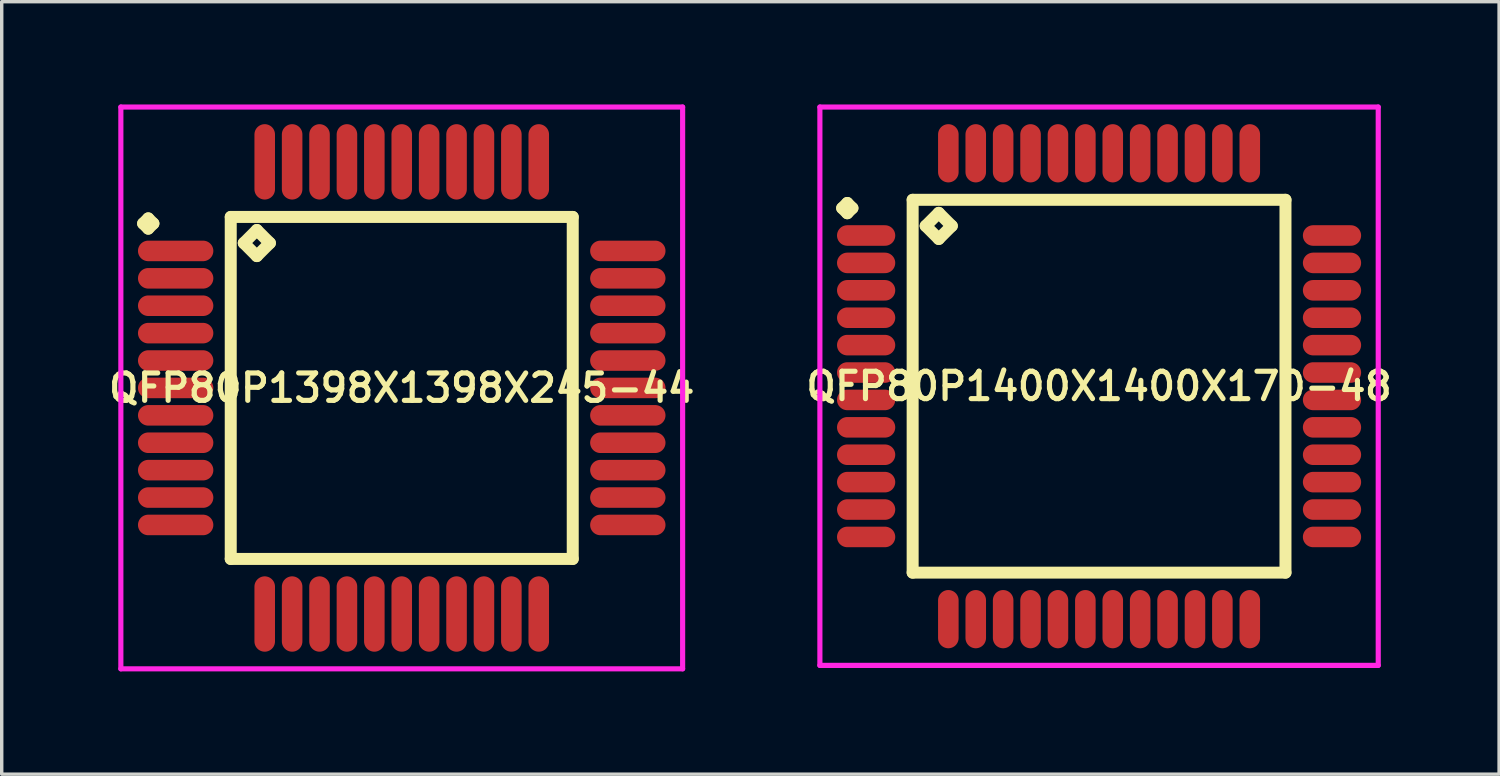
<source format=kicad_pcb>
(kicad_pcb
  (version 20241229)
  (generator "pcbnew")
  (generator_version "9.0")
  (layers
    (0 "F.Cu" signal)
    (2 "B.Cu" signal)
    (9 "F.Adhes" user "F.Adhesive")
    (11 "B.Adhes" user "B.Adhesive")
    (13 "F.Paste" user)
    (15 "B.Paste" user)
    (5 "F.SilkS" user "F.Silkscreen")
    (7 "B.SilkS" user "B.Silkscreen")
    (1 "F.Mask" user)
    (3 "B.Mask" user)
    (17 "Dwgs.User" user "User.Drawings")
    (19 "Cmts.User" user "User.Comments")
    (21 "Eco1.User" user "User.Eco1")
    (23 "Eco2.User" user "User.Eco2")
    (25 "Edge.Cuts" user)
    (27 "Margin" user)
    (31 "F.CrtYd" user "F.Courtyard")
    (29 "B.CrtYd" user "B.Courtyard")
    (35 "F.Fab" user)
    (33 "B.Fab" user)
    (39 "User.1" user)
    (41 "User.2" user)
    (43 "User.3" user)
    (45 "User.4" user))
  (footprint "QFP80P1398X1398X245-44"
    (layer "F.Cu")
    (at 8.678 8.275)
    (property "Reference" "QFP80P1398X1398X245-44" (at 0 0 0) (layer "F.SilkS") (effects (font (size 0.8 0.8) (thickness 0.15))))
    (attr smd)
    (fp_line (start -7.55 -4.8) (end -7.4 -4.95) (stroke (width 0.35) (type solid)) (layer "F.SilkS"))
    (fp_line (start -7.4 -4.95) (end -7.25 -4.8) (stroke (width 0.35) (type solid)) (layer "F.SilkS"))
    (fp_line (start -7.4 -4.65) (end -7.55 -4.8) (stroke (width 0.35) (type solid)) (layer "F.SilkS"))
    (fp_line (start -7.25 -4.8) (end -7.4 -4.65) (stroke (width 0.35) (type solid)) (layer "F.SilkS"))
    (fp_line (start -4.992 -4.992) (end -4.992 4.992) (stroke (width 0.35) (type solid)) (layer "F.SilkS"))
    (fp_line (start -4.992 4.992) (end 4.992 4.992) (stroke (width 0.35) (type solid)) (layer "F.SilkS"))
    (fp_line (start -4.611 -4.23) (end -4.23 -4.611) (stroke (width 0.35) (type solid)) (layer "F.SilkS"))
    (fp_line (start -4.23 -4.611) (end -3.849 -4.23) (stroke (width 0.35) (type solid)) (layer "F.SilkS"))
    (fp_line (start -4.23 -3.849) (end -4.611 -4.23) (stroke (width 0.35) (type solid)) (layer "F.SilkS"))
    (fp_line (start -3.849 -4.23) (end -4.23 -3.849) (stroke (width 0.35) (type solid)) (layer "F.SilkS"))
    (fp_line (start 4.992 -4.992) (end -4.992 -4.992) (stroke (width 0.35) (type solid)) (layer "F.SilkS"))
    (fp_line (start 4.992 4.992) (end 4.992 -4.992) (stroke (width 0.35) (type solid)) (layer "F.SilkS"))
    (fp_line (start -8.2 -8.2) (end 8.2 -8.2) (stroke (width 0.15) (type solid)) (layer "F.CrtYd"))
    (fp_line (start -8.2 8.2) (end -8.2 -8.2) (stroke (width 0.15) (type solid)) (layer "F.CrtYd"))
    (fp_line (start 8.2 -8.2) (end 8.2 8.2) (stroke (width 0.15) (type solid)) (layer "F.CrtYd"))
    (fp_line (start 8.2 8.2) (end -8.2 8.2) (stroke (width 0.15) (type solid)) (layer "F.CrtYd"))
    (pad "1" smd oval (at -6.6 -4) (size 2.2 0.6) (layers "F.Cu" "F.Mask" "F.Paste"))
    (pad "2" smd oval (at -6.6 -3.2) (size 2.2 0.6) (layers "F.Cu" "F.Mask" "F.Paste"))
    (pad "3" smd oval (at -6.6 -2.4) (size 2.2 0.6) (layers "F.Cu" "F.Mask" "F.Paste"))
    (pad "4" smd oval (at -6.6 -1.6) (size 2.2 0.6) (layers "F.Cu" "F.Mask" "F.Paste"))
    (pad "5" smd oval (at -6.6 -0.8) (size 2.2 0.6) (layers "F.Cu" "F.Mask" "F.Paste"))
    (pad "6" smd oval (at -6.6 0) (size 2.2 0.6) (layers "F.Cu" "F.Mask" "F.Paste"))
    (pad "7" smd oval (at -6.6 0.8) (size 2.2 0.6) (layers "F.Cu" "F.Mask" "F.Paste"))
    (pad "8" smd oval (at -6.6 1.6) (size 2.2 0.6) (layers "F.Cu" "F.Mask" "F.Paste"))
    (pad "9" smd oval (at -6.6 2.4) (size 2.2 0.6) (layers "F.Cu" "F.Mask" "F.Paste"))
    (pad "10" smd oval (at -6.6 3.2) (size 2.2 0.6) (layers "F.Cu" "F.Mask" "F.Paste"))
    (pad "11" smd oval (at -6.6 4) (size 2.2 0.6) (layers "F.Cu" "F.Mask" "F.Paste"))
    (pad "12" smd oval (at -4 6.6) (size 0.6 2.2) (layers "F.Cu" "F.Mask" "F.Paste"))
    (pad "13" smd oval (at -3.2 6.6) (size 0.6 2.2) (layers "F.Cu" "F.Mask" "F.Paste"))
    (pad "14" smd oval (at -2.4 6.6) (size 0.6 2.2) (layers "F.Cu" "F.Mask" "F.Paste"))
    (pad "15" smd oval (at -1.6 6.6) (size 0.6 2.2) (layers "F.Cu" "F.Mask" "F.Paste"))
    (pad "16" smd oval (at -0.8 6.6) (size 0.6 2.2) (layers "F.Cu" "F.Mask" "F.Paste"))
    (pad "17" smd oval (at 0 6.6) (size 0.6 2.2) (layers "F.Cu" "F.Mask" "F.Paste"))
    (pad "18" smd oval (at 0.8 6.6) (size 0.6 2.2) (layers "F.Cu" "F.Mask" "F.Paste"))
    (pad "19" smd oval (at 1.6 6.6) (size 0.6 2.2) (layers "F.Cu" "F.Mask" "F.Paste"))
    (pad "20" smd oval (at 2.4 6.6) (size 0.6 2.2) (layers "F.Cu" "F.Mask" "F.Paste"))
    (pad "21" smd oval (at 3.2 6.6) (size 0.6 2.2) (layers "F.Cu" "F.Mask" "F.Paste"))
    (pad "22" smd oval (at 4 6.6) (size 0.6 2.2) (layers "F.Cu" "F.Mask" "F.Paste"))
    (pad "23" smd oval (at 6.6 4) (size 2.2 0.6) (layers "F.Cu" "F.Mask" "F.Paste"))
    (pad "24" smd oval (at 6.6 3.2) (size 2.2 0.6) (layers "F.Cu" "F.Mask" "F.Paste"))
    (pad "25" smd oval (at 6.6 2.4) (size 2.2 0.6) (layers "F.Cu" "F.Mask" "F.Paste"))
    (pad "26" smd oval (at 6.6 1.6) (size 2.2 0.6) (layers "F.Cu" "F.Mask" "F.Paste"))
    (pad "27" smd oval (at 6.6 0.8) (size 2.2 0.6) (layers "F.Cu" "F.Mask" "F.Paste"))
    (pad "28" smd oval (at 6.6 0) (size 2.2 0.6) (layers "F.Cu" "F.Mask" "F.Paste"))
    (pad "29" smd oval (at 6.6 -0.8) (size 2.2 0.6) (layers "F.Cu" "F.Mask" "F.Paste"))
    (pad "30" smd oval (at 6.6 -1.6) (size 2.2 0.6) (layers "F.Cu" "F.Mask" "F.Paste"))
    (pad "31" smd oval (at 6.6 -2.4) (size 2.2 0.6) (layers "F.Cu" "F.Mask" "F.Paste"))
    (pad "32" smd oval (at 6.6 -3.2) (size 2.2 0.6) (layers "F.Cu" "F.Mask" "F.Paste"))
    (pad "33" smd oval (at 6.6 -4) (size 2.2 0.6) (layers "F.Cu" "F.Mask" "F.Paste"))
    (pad "34" smd oval (at 4 -6.6) (size 0.6 2.2) (layers "F.Cu" "F.Mask" "F.Paste"))
    (pad "35" smd oval (at 3.2 -6.6) (size 0.6 2.2) (layers "F.Cu" "F.Mask" "F.Paste"))
    (pad "36" smd oval (at 2.4 -6.6) (size 0.6 2.2) (layers "F.Cu" "F.Mask" "F.Paste"))
    (pad "37" smd oval (at 1.6 -6.6) (size 0.6 2.2) (layers "F.Cu" "F.Mask" "F.Paste"))
    (pad "38" smd oval (at 0.8 -6.6) (size 0.6 2.2) (layers "F.Cu" "F.Mask" "F.Paste"))
    (pad "39" smd oval (at 0 -6.6) (size 0.6 2.2) (layers "F.Cu" "F.Mask" "F.Paste"))
    (pad "40" smd oval (at -0.8 -6.6) (size 0.6 2.2) (layers "F.Cu" "F.Mask" "F.Paste"))
    (pad "41" smd oval (at -1.6 -6.6) (size 0.6 2.2) (layers "F.Cu" "F.Mask" "F.Paste"))
    (pad "42" smd oval (at -2.4 -6.6) (size 0.6 2.2) (layers "F.Cu" "F.Mask" "F.Paste"))
    (pad "43" smd oval (at -3.2 -6.6) (size 0.6 2.2) (layers "F.Cu" "F.Mask" "F.Paste"))
    (pad "44" smd oval (at -4 -6.6) (size 0.6 2.2) (layers "F.Cu" "F.Mask" "F.Paste")))
  (footprint "QFP80P1400X1400X170-48"
    (layer "F.Cu")
    (at 29.035 8.225)
    (property "Reference" "QFP80P1400X1400X170-48" (at 0 0 0) (layer "F.SilkS") (effects (font (size 0.8 0.8) (thickness 0.15))))
    (attr smd)
    (fp_line (start -7.5 -5.2) (end -7.35 -5.35) (stroke (width 0.35) (type solid)) (layer "F.SilkS"))
    (fp_line (start -7.35 -5.35) (end -7.2 -5.2) (stroke (width 0.35) (type solid)) (layer "F.SilkS"))
    (fp_line (start -7.35 -5.05) (end -7.5 -5.2) (stroke (width 0.35) (type solid)) (layer "F.SilkS"))
    (fp_line (start -7.2 -5.2) (end -7.35 -5.05) (stroke (width 0.35) (type solid)) (layer "F.SilkS"))
    (fp_line (start -5.442 -5.442) (end -5.442 5.442) (stroke (width 0.35) (type solid)) (layer "F.SilkS"))
    (fp_line (start -5.442 5.442) (end 5.442 5.442) (stroke (width 0.35) (type solid)) (layer "F.SilkS"))
    (fp_line (start -5.061 -4.68) (end -4.68 -5.061) (stroke (width 0.35) (type solid)) (layer "F.SilkS"))
    (fp_line (start -4.68 -5.061) (end -4.299 -4.68) (stroke (width 0.35) (type solid)) (layer "F.SilkS"))
    (fp_line (start -4.68 -4.299) (end -5.061 -4.68) (stroke (width 0.35) (type solid)) (layer "F.SilkS"))
    (fp_line (start -4.299 -4.68) (end -4.68 -4.299) (stroke (width 0.35) (type solid)) (layer "F.SilkS"))
    (fp_line (start 5.442 -5.442) (end -5.442 -5.442) (stroke (width 0.35) (type solid)) (layer "F.SilkS"))
    (fp_line (start 5.442 5.442) (end 5.442 -5.442) (stroke (width 0.35) (type solid)) (layer "F.SilkS"))
    (fp_line (start -8.15 -8.15) (end 8.15 -8.15) (stroke (width 0.15) (type solid)) (layer "F.CrtYd"))
    (fp_line (start -8.15 8.15) (end -8.15 -8.15) (stroke (width 0.15) (type solid)) (layer "F.CrtYd"))
    (fp_line (start 8.15 -8.15) (end 8.15 8.15) (stroke (width 0.15) (type solid)) (layer "F.CrtYd"))
    (fp_line (start 8.15 8.15) (end -8.15 8.15) (stroke (width 0.15) (type solid)) (layer "F.CrtYd"))
    (pad "1" smd oval (at -6.8 -4.4) (size 1.7 0.6) (layers "F.Cu" "F.Mask" "F.Paste"))
    (pad "2" smd oval (at -6.8 -3.6) (size 1.7 0.6) (layers "F.Cu" "F.Mask" "F.Paste"))
    (pad "3" smd oval (at -6.8 -2.8) (size 1.7 0.6) (layers "F.Cu" "F.Mask" "F.Paste"))
    (pad "4" smd oval (at -6.8 -2) (size 1.7 0.6) (layers "F.Cu" "F.Mask" "F.Paste"))
    (pad "5" smd oval (at -6.8 -1.2) (size 1.7 0.6) (layers "F.Cu" "F.Mask" "F.Paste"))
    (pad "6" smd oval (at -6.8 -0.4) (size 1.7 0.6) (layers "F.Cu" "F.Mask" "F.Paste"))
    (pad "7" smd oval (at -6.8 0.4) (size 1.7 0.6) (layers "F.Cu" "F.Mask" "F.Paste"))
    (pad "8" smd oval (at -6.8 1.2) (size 1.7 0.6) (layers "F.Cu" "F.Mask" "F.Paste"))
    (pad "9" smd oval (at -6.8 2) (size 1.7 0.6) (layers "F.Cu" "F.Mask" "F.Paste"))
    (pad "10" smd oval (at -6.8 2.8) (size 1.7 0.6) (layers "F.Cu" "F.Mask" "F.Paste"))
    (pad "11" smd oval (at -6.8 3.6) (size 1.7 0.6) (layers "F.Cu" "F.Mask" "F.Paste"))
    (pad "12" smd oval (at -6.8 4.4) (size 1.7 0.6) (layers "F.Cu" "F.Mask" "F.Paste"))
    (pad "13" smd oval (at -4.4 6.8) (size 0.6 1.7) (layers "F.Cu" "F.Mask" "F.Paste"))
    (pad "14" smd oval (at -3.6 6.8) (size 0.6 1.7) (layers "F.Cu" "F.Mask" "F.Paste"))
    (pad "15" smd oval (at -2.8 6.8) (size 0.6 1.7) (layers "F.Cu" "F.Mask" "F.Paste"))
    (pad "16" smd oval (at -2 6.8) (size 0.6 1.7) (layers "F.Cu" "F.Mask" "F.Paste"))
    (pad "17" smd oval (at -1.2 6.8) (size 0.6 1.7) (layers "F.Cu" "F.Mask" "F.Paste"))
    (pad "18" smd oval (at -0.4 6.8) (size 0.6 1.7) (layers "F.Cu" "F.Mask" "F.Paste"))
    (pad "19" smd oval (at 0.4 6.8) (size 0.6 1.7) (layers "F.Cu" "F.Mask" "F.Paste"))
    (pad "20" smd oval (at 1.2 6.8) (size 0.6 1.7) (layers "F.Cu" "F.Mask" "F.Paste"))
    (pad "21" smd oval (at 2 6.8) (size 0.6 1.7) (layers "F.Cu" "F.Mask" "F.Paste"))
    (pad "22" smd oval (at 2.8 6.8) (size 0.6 1.7) (layers "F.Cu" "F.Mask" "F.Paste"))
    (pad "23" smd oval (at 3.6 6.8) (size 0.6 1.7) (layers "F.Cu" "F.Mask" "F.Paste"))
    (pad "24" smd oval (at 4.4 6.8) (size 0.6 1.7) (layers "F.Cu" "F.Mask" "F.Paste"))
    (pad "25" smd oval (at 6.8 4.4) (size 1.7 0.6) (layers "F.Cu" "F.Mask" "F.Paste"))
    (pad "26" smd oval (at 6.8 3.6) (size 1.7 0.6) (layers "F.Cu" "F.Mask" "F.Paste"))
    (pad "27" smd oval (at 6.8 2.8) (size 1.7 0.6) (layers "F.Cu" "F.Mask" "F.Paste"))
    (pad "28" smd oval (at 6.8 2) (size 1.7 0.6) (layers "F.Cu" "F.Mask" "F.Paste"))
    (pad "29" smd oval (at 6.8 1.2) (size 1.7 0.6) (layers "F.Cu" "F.Mask" "F.Paste"))
    (pad "30" smd oval (at 6.8 0.4) (size 1.7 0.6) (layers "F.Cu" "F.Mask" "F.Paste"))
    (pad "31" smd oval (at 6.8 -0.4) (size 1.7 0.6) (layers "F.Cu" "F.Mask" "F.Paste"))
    (pad "32" smd oval (at 6.8 -1.2) (size 1.7 0.6) (layers "F.Cu" "F.Mask" "F.Paste"))
    (pad "33" smd oval (at 6.8 -2) (size 1.7 0.6) (layers "F.Cu" "F.Mask" "F.Paste"))
    (pad "34" smd oval (at 6.8 -2.8) (size 1.7 0.6) (layers "F.Cu" "F.Mask" "F.Paste"))
    (pad "35" smd oval (at 6.8 -3.6) (size 1.7 0.6) (layers "F.Cu" "F.Mask" "F.Paste"))
    (pad "36" smd oval (at 6.8 -4.4) (size 1.7 0.6) (layers "F.Cu" "F.Mask" "F.Paste"))
    (pad "37" smd oval (at 4.4 -6.8) (size 0.6 1.7) (layers "F.Cu" "F.Mask" "F.Paste"))
    (pad "38" smd oval (at 3.6 -6.8) (size 0.6 1.7) (layers "F.Cu" "F.Mask" "F.Paste"))
    (pad "39" smd oval (at 2.8 -6.8) (size 0.6 1.7) (layers "F.Cu" "F.Mask" "F.Paste"))
    (pad "40" smd oval (at 2 -6.8) (size 0.6 1.7) (layers "F.Cu" "F.Mask" "F.Paste"))
    (pad "41" smd oval (at 1.2 -6.8) (size 0.6 1.7) (layers "F.Cu" "F.Mask" "F.Paste"))
    (pad "42" smd oval (at 0.4 -6.8) (size 0.6 1.7) (layers "F.Cu" "F.Mask" "F.Paste"))
    (pad "43" smd oval (at -0.4 -6.8) (size 0.6 1.7) (layers "F.Cu" "F.Mask" "F.Paste"))
    (pad "44" smd oval (at -1.2 -6.8) (size 0.6 1.7) (layers "F.Cu" "F.Mask" "F.Paste"))
    (pad "45" smd oval (at -2 -6.8) (size 0.6 1.7) (layers "F.Cu" "F.Mask" "F.Paste"))
    (pad "46" smd oval (at -2.8 -6.8) (size 0.6 1.7) (layers "F.Cu" "F.Mask" "F.Paste"))
    (pad "47" smd oval (at -3.6 -6.8) (size 0.6 1.7) (layers "F.Cu" "F.Mask" "F.Paste"))
    (pad "48" smd oval (at -4.4 -6.8) (size 0.6 1.7) (layers "F.Cu" "F.Mask" "F.Paste")))
  (gr_rect
    (start -3 -3)
    (end 40.713 19.55)
    (stroke (width 0.1) (type default))
    (fill no)
    (layer "Edge.Cuts")))
</source>
